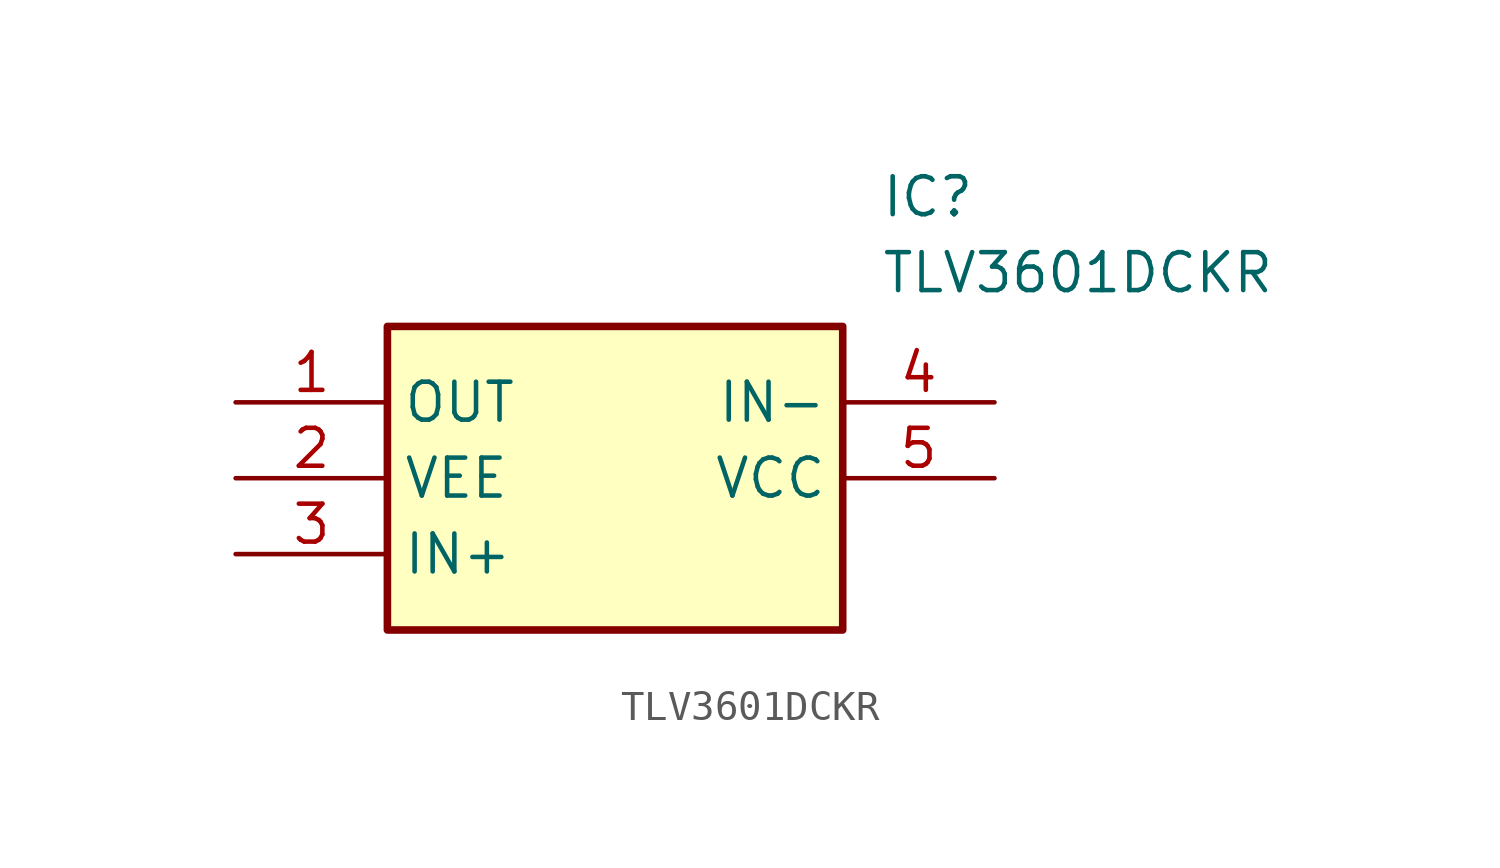
<source format=kicad_sym>
(kicad_symbol_lib
  (version 20211014)
  (generator SamacSys_ECAD_Model)
  (symbol "TLV3601DCKR"
    (property "Reference" "IC"
      (at 21.59 7.62 0)
      (effects (font (size 1.27 1.27)) (justify left top)))
    (property "Value" "TLV3601DCKR"
      (at 21.59 5.08 0)
      (effects (font (size 1.27 1.27)) (justify left top)))
    (rectangle
      (start 5.08 2.54)
      (end 20.32 -7.62)
      (stroke (width 0.254) (type default))
      (fill (type background)))
    (pin passive line
      (at 0 0 0)
      (length 5.08)
      (name "OUT" (effects (font (size 1.27 1.27))))
      (number "1" (effects (font (size 1.27 1.27)))))
    (pin passive line
      (at 0 -2.54 0)
      (length 5.08)
      (name "VEE" (effects (font (size 1.27 1.27))))
      (number "2" (effects (font (size 1.27 1.27)))))
    (pin passive line
      (at 0 -5.08 0)
      (length 5.08)
      (name "IN+" (effects (font (size 1.27 1.27))))
      (number "3" (effects (font (size 1.27 1.27)))))
    (pin passive line
      (at 25.4 0 180)
      (length 5.08)
      (name "IN-" (effects (font (size 1.27 1.27))))
      (number "4" (effects (font (size 1.27 1.27)))))
    (pin passive line
      (at 25.4 -2.54 180)
      (length 5.08)
      (name "VCC" (effects (font (size 1.27 1.27))))
      (number "5" (effects (font (size 1.27 1.27)))))))
</source>
